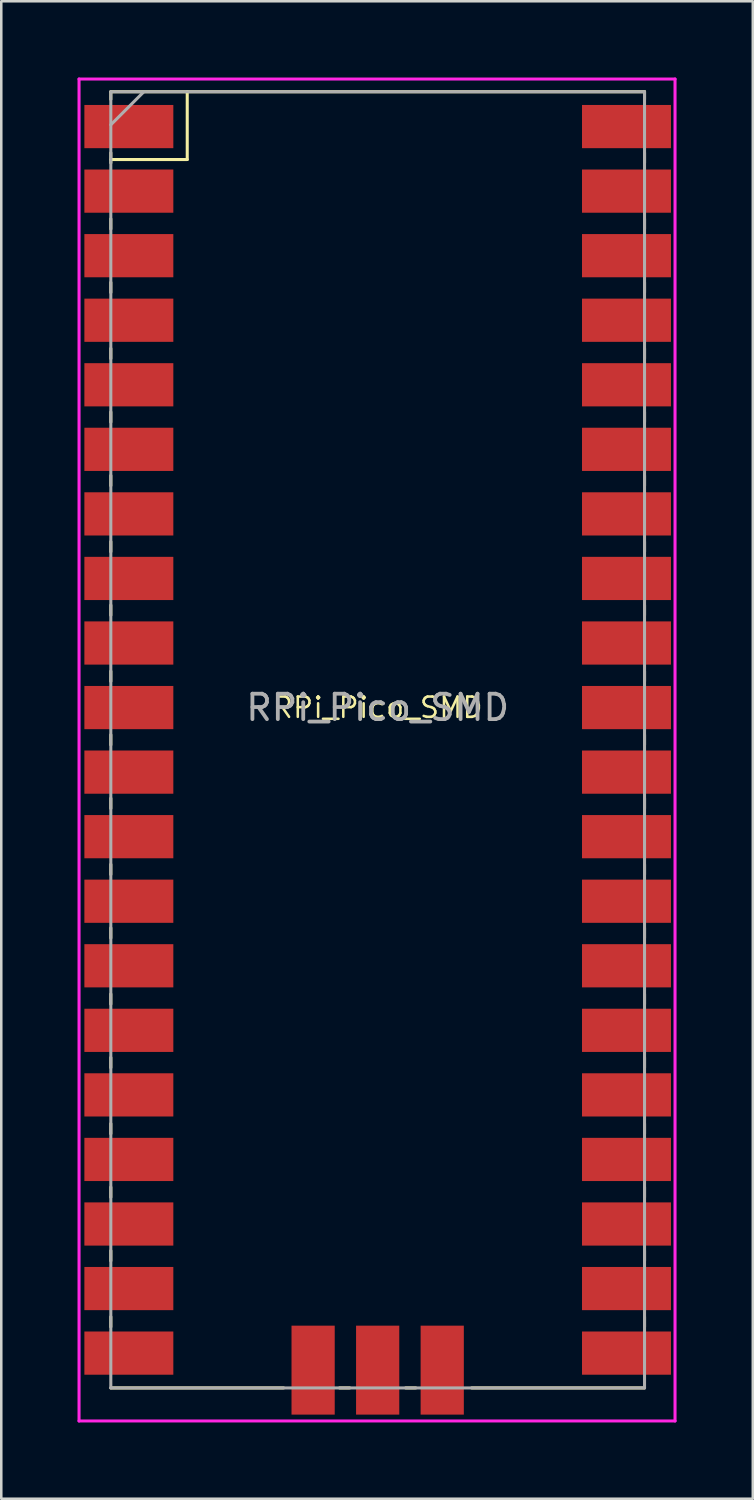
<source format=kicad_pcb>
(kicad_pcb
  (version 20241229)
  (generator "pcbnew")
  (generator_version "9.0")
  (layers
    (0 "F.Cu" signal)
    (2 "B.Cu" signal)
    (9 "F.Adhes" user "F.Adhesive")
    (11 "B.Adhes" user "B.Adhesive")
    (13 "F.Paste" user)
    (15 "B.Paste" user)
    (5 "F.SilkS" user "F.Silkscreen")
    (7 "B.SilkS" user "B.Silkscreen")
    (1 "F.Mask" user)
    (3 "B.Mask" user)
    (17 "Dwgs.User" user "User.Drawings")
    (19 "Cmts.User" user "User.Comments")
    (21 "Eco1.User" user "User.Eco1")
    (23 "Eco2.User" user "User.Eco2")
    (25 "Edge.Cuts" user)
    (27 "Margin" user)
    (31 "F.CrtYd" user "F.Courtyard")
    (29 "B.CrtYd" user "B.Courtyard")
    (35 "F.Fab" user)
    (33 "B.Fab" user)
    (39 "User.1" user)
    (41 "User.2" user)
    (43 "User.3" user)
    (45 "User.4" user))
  (footprint "RPi_Pico_SMD"
    (layer "F.Cu")
    (at 11.81 26.06)
    (property "Reference" "RPi_Pico_SMD" (at 0 -1.27 0) (layer "F.SilkS") (effects (font (size 0.8 0.8) (thickness 0.1))))
    (attr smd)
    (fp_line (start -10.5 -25.5) (end -10.5 -25.2) (stroke (width 0.12) (type solid)) (layer "F.SilkS"))
    (fp_line (start -10.5 -25.5) (end 10.5 -25.5) (stroke (width 0.12) (type solid)) (layer "F.SilkS"))
    (fp_line (start -10.5 -23.1) (end -10.5 -22.7) (stroke (width 0.12) (type solid)) (layer "F.SilkS"))
    (fp_line (start -10.5 -22.833) (end -7.493 -22.833) (stroke (width 0.12) (type solid)) (layer "F.SilkS"))
    (fp_line (start -10.5 -20.5) (end -10.5 -20.1) (stroke (width 0.12) (type solid)) (layer "F.SilkS"))
    (fp_line (start -10.5 -18) (end -10.5 -17.6) (stroke (width 0.12) (type solid)) (layer "F.SilkS"))
    (fp_line (start -10.5 -15.4) (end -10.5 -15) (stroke (width 0.12) (type solid)) (layer "F.SilkS"))
    (fp_line (start -10.5 -12.9) (end -10.5 -12.5) (stroke (width 0.12) (type solid)) (layer "F.SilkS"))
    (fp_line (start -10.5 -10.4) (end -10.5 -10) (stroke (width 0.12) (type solid)) (layer "F.SilkS"))
    (fp_line (start -10.5 -7.8) (end -10.5 -7.4) (stroke (width 0.12) (type solid)) (layer "F.SilkS"))
    (fp_line (start -10.5 -5.3) (end -10.5 -4.9) (stroke (width 0.12) (type solid)) (layer "F.SilkS"))
    (fp_line (start -10.5 -2.7) (end -10.5 -2.3) (stroke (width 0.12) (type solid)) (layer "F.SilkS"))
    (fp_line (start -10.5 -0.2) (end -10.5 0.2) (stroke (width 0.12) (type solid)) (layer "F.SilkS"))
    (fp_line (start -10.5 2.3) (end -10.5 2.7) (stroke (width 0.12) (type solid)) (layer "F.SilkS"))
    (fp_line (start -10.5 4.9) (end -10.5 5.3) (stroke (width 0.12) (type solid)) (layer "F.SilkS"))
    (fp_line (start -10.5 7.4) (end -10.5 7.8) (stroke (width 0.12) (type solid)) (layer "F.SilkS"))
    (fp_line (start -10.5 10) (end -10.5 10.4) (stroke (width 0.12) (type solid)) (layer "F.SilkS"))
    (fp_line (start -10.5 12.5) (end -10.5 12.9) (stroke (width 0.12) (type solid)) (layer "F.SilkS"))
    (fp_line (start -10.5 15.1) (end -10.5 15.5) (stroke (width 0.12) (type solid)) (layer "F.SilkS"))
    (fp_line (start -10.5 17.6) (end -10.5 18) (stroke (width 0.12) (type solid)) (layer "F.SilkS"))
    (fp_line (start -10.5 20.1) (end -10.5 20.5) (stroke (width 0.12) (type solid)) (layer "F.SilkS"))
    (fp_line (start -10.5 22.7) (end -10.5 23.1) (stroke (width 0.12) (type solid)) (layer "F.SilkS"))
    (fp_line (start -7.493 -22.833) (end -7.493 -25.5) (stroke (width 0.12) (type solid)) (layer "F.SilkS"))
    (fp_line (start -3.7 25.5) (end -10.5 25.5) (stroke (width 0.12) (type solid)) (layer "F.SilkS"))
    (fp_line (start -1.5 25.5) (end -1.1 25.5) (stroke (width 0.12) (type solid)) (layer "F.SilkS"))
    (fp_line (start 1.1 25.5) (end 1.5 25.5) (stroke (width 0.12) (type solid)) (layer "F.SilkS"))
    (fp_line (start 10.5 -25.5) (end 10.5 -25.2) (stroke (width 0.12) (type solid)) (layer "F.SilkS"))
    (fp_line (start 10.5 -23.1) (end 10.5 -22.7) (stroke (width 0.12) (type solid)) (layer "F.SilkS"))
    (fp_line (start 10.5 -20.5) (end 10.5 -20.1) (stroke (width 0.12) (type solid)) (layer "F.SilkS"))
    (fp_line (start 10.5 -18) (end 10.5 -17.6) (stroke (width 0.12) (type solid)) (layer "F.SilkS"))
    (fp_line (start 10.5 -15.4) (end 10.5 -15) (stroke (width 0.12) (type solid)) (layer "F.SilkS"))
    (fp_line (start 10.5 -12.9) (end 10.5 -12.5) (stroke (width 0.12) (type solid)) (layer "F.SilkS"))
    (fp_line (start 10.5 -10.4) (end 10.5 -10) (stroke (width 0.12) (type solid)) (layer "F.SilkS"))
    (fp_line (start 10.5 -7.8) (end 10.5 -7.4) (stroke (width 0.12) (type solid)) (layer "F.SilkS"))
    (fp_line (start 10.5 -5.3) (end 10.5 -4.9) (stroke (width 0.12) (type solid)) (layer "F.SilkS"))
    (fp_line (start 10.5 -2.7) (end 10.5 -2.3) (stroke (width 0.12) (type solid)) (layer "F.SilkS"))
    (fp_line (start 10.5 -0.2) (end 10.5 0.2) (stroke (width 0.12) (type solid)) (layer "F.SilkS"))
    (fp_line (start 10.5 2.3) (end 10.5 2.7) (stroke (width 0.12) (type solid)) (layer "F.SilkS"))
    (fp_line (start 10.5 4.9) (end 10.5 5.3) (stroke (width 0.12) (type solid)) (layer "F.SilkS"))
    (fp_line (start 10.5 7.4) (end 10.5 7.8) (stroke (width 0.12) (type solid)) (layer "F.SilkS"))
    (fp_line (start 10.5 10) (end 10.5 10.4) (stroke (width 0.12) (type solid)) (layer "F.SilkS"))
    (fp_line (start 10.5 12.5) (end 10.5 12.9) (stroke (width 0.12) (type solid)) (layer "F.SilkS"))
    (fp_line (start 10.5 15.1) (end 10.5 15.5) (stroke (width 0.12) (type solid)) (layer "F.SilkS"))
    (fp_line (start 10.5 17.6) (end 10.5 18) (stroke (width 0.12) (type solid)) (layer "F.SilkS"))
    (fp_line (start 10.5 20.1) (end 10.5 20.5) (stroke (width 0.12) (type solid)) (layer "F.SilkS"))
    (fp_line (start 10.5 22.7) (end 10.5 23.1) (stroke (width 0.12) (type solid)) (layer "F.SilkS"))
    (fp_line (start 10.5 25.5) (end 3.7 25.5) (stroke (width 0.12) (type solid)) (layer "F.SilkS"))
    (fp_line (start -11.75 -26) (end 11.7 -26) (stroke (width 0.12) (type solid)) (layer "F.CrtYd"))
    (fp_line (start -11.75 26.8) (end -11.75 -26) (stroke (width 0.12) (type solid)) (layer "F.CrtYd"))
    (fp_line (start 11.7 -26) (end 11.7 26.8) (stroke (width 0.12) (type solid)) (layer "F.CrtYd"))
    (fp_line (start 11.7 26.8) (end -11.75 26.8) (stroke (width 0.12) (type solid)) (layer "F.CrtYd"))
    (fp_line (start -10.5 -25.5) (end 10.5 -25.5) (stroke (width 0.12) (type solid)) (layer "F.Fab"))
    (fp_line (start -10.5 -24.2) (end -9.2 -25.5) (stroke (width 0.12) (type solid)) (layer "F.Fab"))
    (fp_line (start -10.5 25.5) (end -10.5 -25.5) (stroke (width 0.12) (type solid)) (layer "F.Fab"))
    (fp_line (start 10.5 -25.5) (end 10.5 25.5) (stroke (width 0.12) (type solid)) (layer "F.Fab"))
    (fp_line (start 10.5 25.5) (end -10.5 25.5) (stroke (width 0.12) (type solid)) (layer "F.Fab"))
    (fp_text user "${REFERENCE}" (at 0 -1.27 180) (layer "F.Fab") (effects (font (size 1 1) (thickness 0.15))))
    (pad "1" smd rect (at -8.89 -24.13) (size 3.5 1.7) (drill (offset -0.9 0)) (layers "F.Cu" "F.Mask"))
    (pad "2" smd rect (at -8.89 -21.59) (size 3.5 1.7) (drill (offset -0.9 0)) (layers "F.Cu" "F.Mask"))
    (pad "3" smd rect (at -8.89 -19.05) (size 3.5 1.7) (drill (offset -0.9 0)) (layers "F.Cu" "F.Mask"))
    (pad "4" smd rect (at -8.89 -16.51) (size 3.5 1.7) (drill (offset -0.9 0)) (layers "F.Cu" "F.Mask"))
    (pad "5" smd rect (at -8.89 -13.97) (size 3.5 1.7) (drill (offset -0.9 0)) (layers "F.Cu" "F.Mask"))
    (pad "6" smd rect (at -8.89 -11.43) (size 3.5 1.7) (drill (offset -0.9 0)) (layers "F.Cu" "F.Mask"))
    (pad "7" smd rect (at -8.89 -8.89) (size 3.5 1.7) (drill (offset -0.9 0)) (layers "F.Cu" "F.Mask"))
    (pad "8" smd rect (at -8.89 -6.35) (size 3.5 1.7) (drill (offset -0.9 0)) (layers "F.Cu" "F.Mask"))
    (pad "9" smd rect (at -8.89 -3.81) (size 3.5 1.7) (drill (offset -0.9 0)) (layers "F.Cu" "F.Mask"))
    (pad "10" smd rect (at -8.89 -1.27) (size 3.5 1.7) (drill (offset -0.9 0)) (layers "F.Cu" "F.Mask"))
    (pad "11" smd rect (at -8.89 1.27) (size 3.5 1.7) (drill (offset -0.9 0)) (layers "F.Cu" "F.Mask"))
    (pad "12" smd rect (at -8.89 3.81) (size 3.5 1.7) (drill (offset -0.9 0)) (layers "F.Cu" "F.Mask"))
    (pad "13" smd rect (at -8.89 6.35) (size 3.5 1.7) (drill (offset -0.9 0)) (layers "F.Cu" "F.Mask"))
    (pad "14" smd rect (at -8.89 8.89) (size 3.5 1.7) (drill (offset -0.9 0)) (layers "F.Cu" "F.Mask"))
    (pad "15" smd rect (at -8.89 11.43) (size 3.5 1.7) (drill (offset -0.9 0)) (layers "F.Cu" "F.Mask"))
    (pad "16" smd rect (at -8.89 13.97) (size 3.5 1.7) (drill (offset -0.9 0)) (layers "F.Cu" "F.Mask"))
    (pad "17" smd rect (at -8.89 16.51) (size 3.5 1.7) (drill (offset -0.9 0)) (layers "F.Cu" "F.Mask"))
    (pad "18" smd rect (at -8.89 19.05) (size 3.5 1.7) (drill (offset -0.9 0)) (layers "F.Cu" "F.Mask"))
    (pad "19" smd rect (at -8.89 21.59) (size 3.5 1.7) (drill (offset -0.9 0)) (layers "F.Cu" "F.Mask"))
    (pad "20" smd rect (at -8.89 24.13) (size 3.5 1.7) (drill (offset -0.9 0)) (layers "F.Cu" "F.Mask"))
    (pad "21" smd rect (at 8.89 24.13) (size 3.5 1.7) (drill (offset 0.9 0)) (layers "F.Cu" "F.Mask"))
    (pad "22" smd rect (at 8.89 21.59) (size 3.5 1.7) (drill (offset 0.9 0)) (layers "F.Cu" "F.Mask"))
    (pad "23" smd rect (at 8.89 19.05) (size 3.5 1.7) (drill (offset 0.9 0)) (layers "F.Cu" "F.Mask"))
    (pad "24" smd rect (at 8.89 16.51) (size 3.5 1.7) (drill (offset 0.9 0)) (layers "F.Cu" "F.Mask"))
    (pad "25" smd rect (at 8.89 13.97) (size 3.5 1.7) (drill (offset 0.9 0)) (layers "F.Cu" "F.Mask"))
    (pad "26" smd rect (at 8.89 11.43) (size 3.5 1.7) (drill (offset 0.9 0)) (layers "F.Cu" "F.Mask"))
    (pad "27" smd rect (at 8.89 8.89) (size 3.5 1.7) (drill (offset 0.9 0)) (layers "F.Cu" "F.Mask"))
    (pad "28" smd rect (at 8.89 6.35) (size 3.5 1.7) (drill (offset 0.9 0)) (layers "F.Cu" "F.Mask"))
    (pad "29" smd rect (at 8.89 3.81) (size 3.5 1.7) (drill (offset 0.9 0)) (layers "F.Cu" "F.Mask"))
    (pad "30" smd rect (at 8.89 1.27) (size 3.5 1.7) (drill (offset 0.9 0)) (layers "F.Cu" "F.Mask"))
    (pad "31" smd rect (at 8.89 -1.27) (size 3.5 1.7) (drill (offset 0.9 0)) (layers "F.Cu" "F.Mask"))
    (pad "32" smd rect (at 8.89 -3.81) (size 3.5 1.7) (drill (offset 0.9 0)) (layers "F.Cu" "F.Mask"))
    (pad "33" smd rect (at 8.89 -6.35) (size 3.5 1.7) (drill (offset 0.9 0)) (layers "F.Cu" "F.Mask"))
    (pad "34" smd rect (at 8.89 -8.89) (size 3.5 1.7) (drill (offset 0.9 0)) (layers "F.Cu" "F.Mask"))
    (pad "35" smd rect (at 8.89 -11.43) (size 3.5 1.7) (drill (offset 0.9 0)) (layers "F.Cu" "F.Mask"))
    (pad "36" smd rect (at 8.89 -13.97) (size 3.5 1.7) (drill (offset 0.9 0)) (layers "F.Cu" "F.Mask"))
    (pad "37" smd rect (at 8.89 -16.51) (size 3.5 1.7) (drill (offset 0.9 0)) (layers "F.Cu" "F.Mask"))
    (pad "38" smd rect (at 8.89 -19.05) (size 3.5 1.7) (drill (offset 0.9 0)) (layers "F.Cu" "F.Mask"))
    (pad "39" smd rect (at 8.89 -21.59) (size 3.5 1.7) (drill (offset 0.9 0)) (layers "F.Cu" "F.Mask"))
    (pad "40" smd rect (at 8.89 -24.13) (size 3.5 1.7) (drill (offset 0.9 0)) (layers "F.Cu" "F.Mask"))
    (pad "41" smd rect (at -2.54 23.9 90) (size 3.5 1.7) (drill (offset -0.9 0)) (layers "F.Cu" "F.Mask"))
    (pad "42" smd rect (at 0 23.9 90) (size 3.5 1.7) (drill (offset -0.9 0)) (layers "F.Cu" "F.Mask"))
    (pad "43" smd rect (at 2.54 23.9 90) (size 3.5 1.7) (drill (offset -0.9 0)) (layers "F.Cu" "F.Mask"))
    (zone (net_name "") (layer "F.SilkS") (hatch edge 0.5) (connect_pads) (min_thickness 0.25) (filled_areas_thickness no) (keepout (tracks not_allowed) (vias not_allowed) (pads not_allowed) (copperpour allowed) (footprints allowed)) (placement (enabled no)) (fill) (polygon (pts (xy 8.06 1.11) (xy 8.06 5.91) (xy 15.56 5.91) (xy 15.56 1.11))))
    (zone (net_name "") (layer "F.SilkS") (hatch edge 0.5) (connect_pads) (min_thickness 0.25) (filled_areas_thickness no) (keepout (tracks not_allowed) (vias not_allowed) (pads not_allowed) (copperpour allowed) (footprints allowed)) (placement (enabled no)) (fill) (polygon (pts (xy 10.36 7.51) (xy 8.26 7.51) (xy 8.26 14.61) (xy 10.36 14.61)))))
  (gr_rect
    (start -3 -3)
    (end 26.57 55.92)
    (stroke (width 0.1) (type default))
    (fill no)
    (layer "Edge.Cuts")))
</source>
